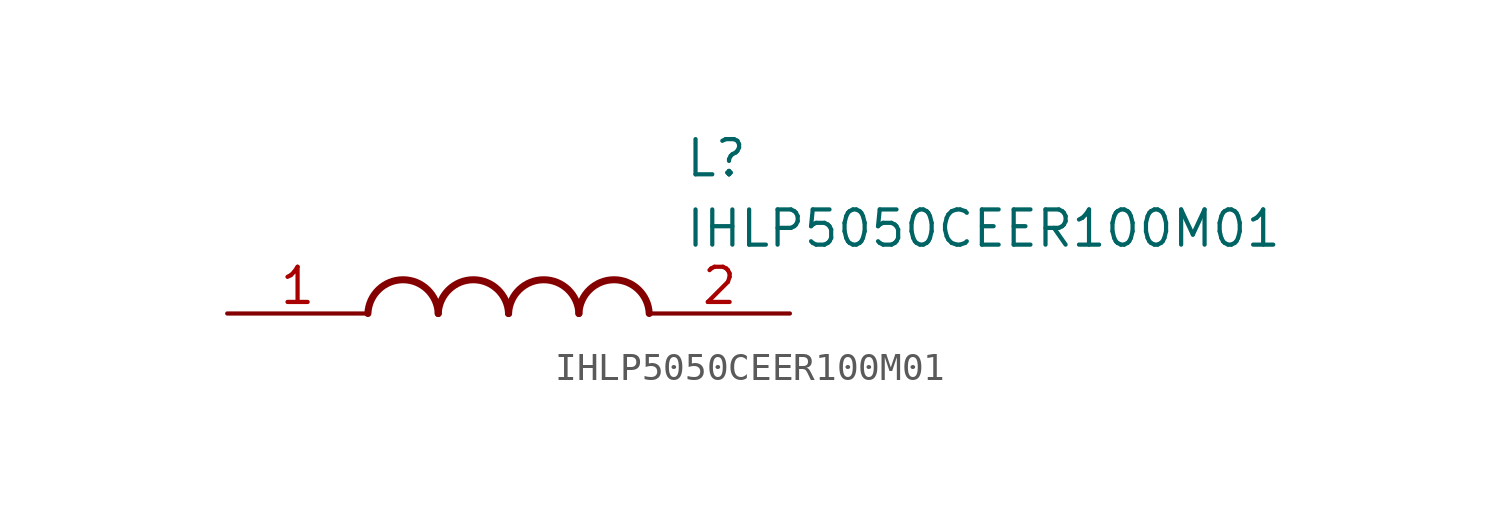
<source format=kicad_sym>
(kicad_symbol_lib
  (version 20211014)
  (generator SamacSys_ECAD_Model)
  (symbol "IHLP5050CEER100M01"
    (pin_names hide)
    (property "Reference" "L"
      (at 16.51 6.35 0)
      (effects (font (size 1.27 1.27)) (justify left top)))
    (property "Value" "IHLP5050CEER100M01"
      (at 16.51 3.81 0)
      (effects (font (size 1.27 1.27)) (justify left top)))
    (arc
      (start 7.62 0)
      (mid 6.35 1.219)
      (end 5.08 0)
      (stroke (width 0.254) (type default))
      (fill (type none)))
    (arc
      (start 10.16 0)
      (mid 8.89 1.219)
      (end 7.62 0)
      (stroke (width 0.254) (type default))
      (fill (type none)))
    (arc
      (start 12.7 0)
      (mid 11.43 1.219)
      (end 10.16 0)
      (stroke (width 0.254) (type default))
      (fill (type none)))
    (arc
      (start 15.24 0)
      (mid 13.97 1.219)
      (end 12.7 0)
      (stroke (width 0.254) (type default))
      (fill (type none)))
    (pin passive line
      (at 0 0 0)
      (length 5.08)
      (name "1" (effects (font (size 1.27 1.27))))
      (number "1" (effects (font (size 1.27 1.27)))))
    (pin passive line
      (at 20.32 0 180)
      (length 5.08)
      (name "2" (effects (font (size 1.27 1.27))))
      (number "2" (effects (font (size 1.27 1.27)))))))
</source>
